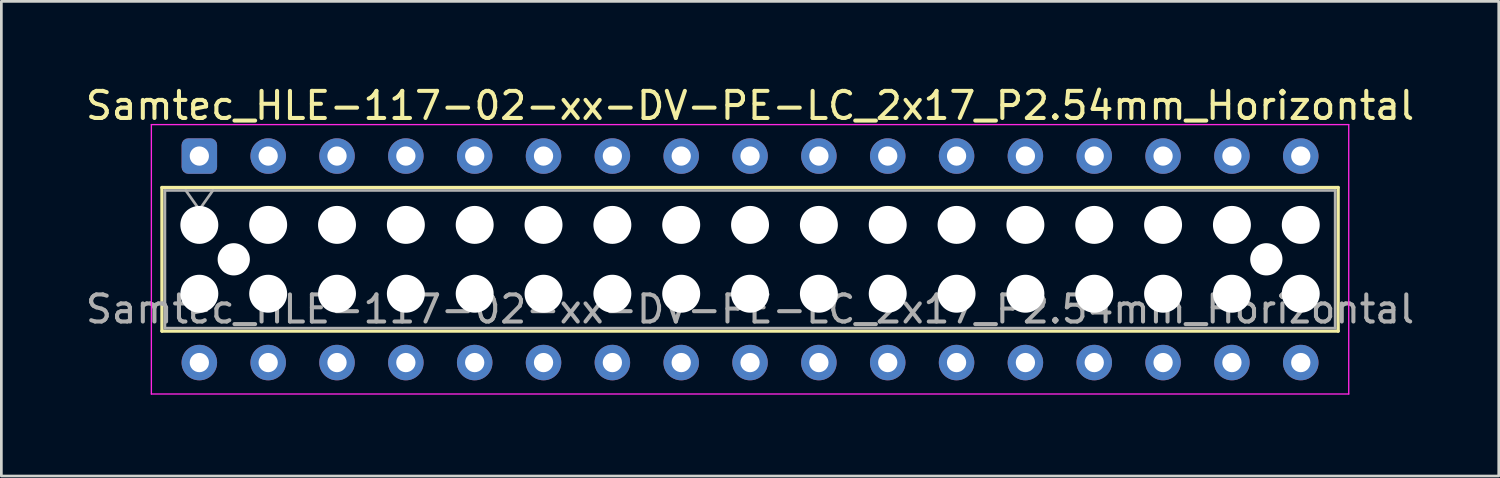
<source format=kicad_pcb>
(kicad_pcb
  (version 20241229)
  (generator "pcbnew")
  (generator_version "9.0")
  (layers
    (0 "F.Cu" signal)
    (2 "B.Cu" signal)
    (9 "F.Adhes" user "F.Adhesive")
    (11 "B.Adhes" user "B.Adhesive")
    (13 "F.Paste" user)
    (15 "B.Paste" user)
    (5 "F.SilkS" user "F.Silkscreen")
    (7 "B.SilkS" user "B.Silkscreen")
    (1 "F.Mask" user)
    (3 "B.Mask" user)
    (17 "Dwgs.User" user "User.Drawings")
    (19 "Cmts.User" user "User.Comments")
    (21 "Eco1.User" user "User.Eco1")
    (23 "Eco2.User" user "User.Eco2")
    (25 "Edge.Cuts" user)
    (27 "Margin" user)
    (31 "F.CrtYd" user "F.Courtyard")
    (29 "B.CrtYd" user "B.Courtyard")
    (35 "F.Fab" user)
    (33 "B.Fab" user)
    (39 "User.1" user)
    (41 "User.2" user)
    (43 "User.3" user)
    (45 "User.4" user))
  (footprint "Samtec_HLE-117-02-xx-DV-PE-LC_2x17_P2.54mm_Horizontal"
    (layer "F.Cu")
    (at 4.305 2.708)
    (property "Reference" "Samtec_HLE-117-02-xx-DV-PE-LC_2x17_P2.54mm_Horizontal" (at 20.32 -1.86 0) (layer "F.SilkS") (effects (font (size 1 1) (thickness 0.15))))
    (attr through_hole)
    (fp_line (start -1.38 1.16) (end 42.02 1.16) (stroke (width 0.12) (type solid)) (layer "F.SilkS"))
    (fp_line (start -1.38 6.46) (end -1.38 1.16) (stroke (width 0.12) (type solid)) (layer "F.SilkS"))
    (fp_line (start 42.02 1.16) (end 42.02 6.46) (stroke (width 0.12) (type solid)) (layer "F.SilkS"))
    (fp_line (start 42.02 6.46) (end -1.38 6.46) (stroke (width 0.12) (type solid)) (layer "F.SilkS"))
    (fp_line (start -1.77 -1.16) (end 42.41 -1.16) (stroke (width 0.05) (type solid)) (layer "F.CrtYd"))
    (fp_line (start -1.77 8.78) (end -1.77 -1.16) (stroke (width 0.05) (type solid)) (layer "F.CrtYd"))
    (fp_line (start 42.41 -1.16) (end 42.41 8.78) (stroke (width 0.05) (type solid)) (layer "F.CrtYd"))
    (fp_line (start 42.41 8.78) (end -1.77 8.78) (stroke (width 0.05) (type solid)) (layer "F.CrtYd"))
    (fp_line (start -1.27 1.27) (end 41.91 1.27) (stroke (width 0.1) (type solid)) (layer "F.Fab"))
    (fp_line (start -1.27 6.35) (end -1.27 1.27) (stroke (width 0.1) (type solid)) (layer "F.Fab"))
    (fp_line (start -0.5 1.27) (end 0 1.977) (stroke (width 0.1) (type solid)) (layer "F.Fab"))
    (fp_line (start 0 1.977) (end 0.5 1.27) (stroke (width 0.1) (type solid)) (layer "F.Fab"))
    (fp_line (start 41.91 1.27) (end 41.91 6.35) (stroke (width 0.1) (type solid)) (layer "F.Fab"))
    (fp_line (start 41.91 6.35) (end -1.27 6.35) (stroke (width 0.1) (type solid)) (layer "F.Fab"))
    (fp_text user "${REFERENCE}" (at 20.32 5.65 0) (layer "F.Fab") (effects (font (size 1 1) (thickness 0.15))))
    (pad "" np_thru_hole circle (at 0 2.54) (size 1.4 1.4) (drill 1.4) (layers "*.Cu" "*.Mask"))
    (pad "" np_thru_hole circle (at 0 5.08) (size 1.4 1.4) (drill 1.4) (layers "*.Cu" "*.Mask"))
    (pad "" np_thru_hole circle (at 1.27 3.81) (size 1.19 1.19) (drill 1.19) (layers "*.Cu" "*.Mask"))
    (pad "" np_thru_hole circle (at 2.54 2.54) (size 1.4 1.4) (drill 1.4) (layers "*.Cu" "*.Mask"))
    (pad "" np_thru_hole circle (at 2.54 5.08) (size 1.4 1.4) (drill 1.4) (layers "*.Cu" "*.Mask"))
    (pad "" np_thru_hole circle (at 5.08 2.54) (size 1.4 1.4) (drill 1.4) (layers "*.Cu" "*.Mask"))
    (pad "" np_thru_hole circle (at 5.08 5.08) (size 1.4 1.4) (drill 1.4) (layers "*.Cu" "*.Mask"))
    (pad "" np_thru_hole circle (at 7.62 2.54) (size 1.4 1.4) (drill 1.4) (layers "*.Cu" "*.Mask"))
    (pad "" np_thru_hole circle (at 7.62 5.08) (size 1.4 1.4) (drill 1.4) (layers "*.Cu" "*.Mask"))
    (pad "" np_thru_hole circle (at 10.16 2.54) (size 1.4 1.4) (drill 1.4) (layers "*.Cu" "*.Mask"))
    (pad "" np_thru_hole circle (at 10.16 5.08) (size 1.4 1.4) (drill 1.4) (layers "*.Cu" "*.Mask"))
    (pad "" np_thru_hole circle (at 12.7 2.54) (size 1.4 1.4) (drill 1.4) (layers "*.Cu" "*.Mask"))
    (pad "" np_thru_hole circle (at 12.7 5.08) (size 1.4 1.4) (drill 1.4) (layers "*.Cu" "*.Mask"))
    (pad "" np_thru_hole circle (at 15.24 2.54) (size 1.4 1.4) (drill 1.4) (layers "*.Cu" "*.Mask"))
    (pad "" np_thru_hole circle (at 15.24 5.08) (size 1.4 1.4) (drill 1.4) (layers "*.Cu" "*.Mask"))
    (pad "" np_thru_hole circle (at 17.78 2.54) (size 1.4 1.4) (drill 1.4) (layers "*.Cu" "*.Mask"))
    (pad "" np_thru_hole circle (at 17.78 5.08) (size 1.4 1.4) (drill 1.4) (layers "*.Cu" "*.Mask"))
    (pad "" np_thru_hole circle (at 20.32 2.54) (size 1.4 1.4) (drill 1.4) (layers "*.Cu" "*.Mask"))
    (pad "" np_thru_hole circle (at 20.32 5.08) (size 1.4 1.4) (drill 1.4) (layers "*.Cu" "*.Mask"))
    (pad "" np_thru_hole circle (at 22.86 2.54) (size 1.4 1.4) (drill 1.4) (layers "*.Cu" "*.Mask"))
    (pad "" np_thru_hole circle (at 22.86 5.08) (size 1.4 1.4) (drill 1.4) (layers "*.Cu" "*.Mask"))
    (pad "" np_thru_hole circle (at 25.4 2.54) (size 1.4 1.4) (drill 1.4) (layers "*.Cu" "*.Mask"))
    (pad "" np_thru_hole circle (at 25.4 5.08) (size 1.4 1.4) (drill 1.4) (layers "*.Cu" "*.Mask"))
    (pad "" np_thru_hole circle (at 27.94 2.54) (size 1.4 1.4) (drill 1.4) (layers "*.Cu" "*.Mask"))
    (pad "" np_thru_hole circle (at 27.94 5.08) (size 1.4 1.4) (drill 1.4) (layers "*.Cu" "*.Mask"))
    (pad "" np_thru_hole circle (at 30.48 2.54) (size 1.4 1.4) (drill 1.4) (layers "*.Cu" "*.Mask"))
    (pad "" np_thru_hole circle (at 30.48 5.08) (size 1.4 1.4) (drill 1.4) (layers "*.Cu" "*.Mask"))
    (pad "" np_thru_hole circle (at 33.02 2.54) (size 1.4 1.4) (drill 1.4) (layers "*.Cu" "*.Mask"))
    (pad "" np_thru_hole circle (at 33.02 5.08) (size 1.4 1.4) (drill 1.4) (layers "*.Cu" "*.Mask"))
    (pad "" np_thru_hole circle (at 35.56 2.54) (size 1.4 1.4) (drill 1.4) (layers "*.Cu" "*.Mask"))
    (pad "" np_thru_hole circle (at 35.56 5.08) (size 1.4 1.4) (drill 1.4) (layers "*.Cu" "*.Mask"))
    (pad "" np_thru_hole circle (at 38.1 2.54) (size 1.4 1.4) (drill 1.4) (layers "*.Cu" "*.Mask"))
    (pad "" np_thru_hole circle (at 38.1 5.08) (size 1.4 1.4) (drill 1.4) (layers "*.Cu" "*.Mask"))
    (pad "" np_thru_hole circle (at 39.37 3.81) (size 1.19 1.19) (drill 1.19) (layers "*.Cu" "*.Mask"))
    (pad "" np_thru_hole circle (at 40.64 2.54) (size 1.4 1.4) (drill 1.4) (layers "*.Cu" "*.Mask"))
    (pad "" np_thru_hole circle (at 40.64 5.08) (size 1.4 1.4) (drill 1.4) (layers "*.Cu" "*.Mask"))
    (pad "1" thru_hole roundrect (at 0 0) (size 1.31 1.31) (drill 0.71) (layers "*.Cu" "*.Mask") (roundrect_rratio 0.191))
    (pad "2" thru_hole circle (at 0 7.62) (size 1.31 1.31) (drill 0.71) (layers "*.Cu" "*.Mask"))
    (pad "3" thru_hole circle (at 2.54 0) (size 1.31 1.31) (drill 0.71) (layers "*.Cu" "*.Mask"))
    (pad "4" thru_hole circle (at 2.54 7.62) (size 1.31 1.31) (drill 0.71) (layers "*.Cu" "*.Mask"))
    (pad "5" thru_hole circle (at 5.08 0) (size 1.31 1.31) (drill 0.71) (layers "*.Cu" "*.Mask"))
    (pad "6" thru_hole circle (at 5.08 7.62) (size 1.31 1.31) (drill 0.71) (layers "*.Cu" "*.Mask"))
    (pad "7" thru_hole circle (at 7.62 0) (size 1.31 1.31) (drill 0.71) (layers "*.Cu" "*.Mask"))
    (pad "8" thru_hole circle (at 7.62 7.62) (size 1.31 1.31) (drill 0.71) (layers "*.Cu" "*.Mask"))
    (pad "9" thru_hole circle (at 10.16 0) (size 1.31 1.31) (drill 0.71) (layers "*.Cu" "*.Mask"))
    (pad "10" thru_hole circle (at 10.16 7.62) (size 1.31 1.31) (drill 0.71) (layers "*.Cu" "*.Mask"))
    (pad "11" thru_hole circle (at 12.7 0) (size 1.31 1.31) (drill 0.71) (layers "*.Cu" "*.Mask"))
    (pad "12" thru_hole circle (at 12.7 7.62) (size 1.31 1.31) (drill 0.71) (layers "*.Cu" "*.Mask"))
    (pad "13" thru_hole circle (at 15.24 0) (size 1.31 1.31) (drill 0.71) (layers "*.Cu" "*.Mask"))
    (pad "14" thru_hole circle (at 15.24 7.62) (size 1.31 1.31) (drill 0.71) (layers "*.Cu" "*.Mask"))
    (pad "15" thru_hole circle (at 17.78 0) (size 1.31 1.31) (drill 0.71) (layers "*.Cu" "*.Mask"))
    (pad "16" thru_hole circle (at 17.78 7.62) (size 1.31 1.31) (drill 0.71) (layers "*.Cu" "*.Mask"))
    (pad "17" thru_hole circle (at 20.32 0) (size 1.31 1.31) (drill 0.71) (layers "*.Cu" "*.Mask"))
    (pad "18" thru_hole circle (at 20.32 7.62) (size 1.31 1.31) (drill 0.71) (layers "*.Cu" "*.Mask"))
    (pad "19" thru_hole circle (at 22.86 0) (size 1.31 1.31) (drill 0.71) (layers "*.Cu" "*.Mask"))
    (pad "20" thru_hole circle (at 22.86 7.62) (size 1.31 1.31) (drill 0.71) (layers "*.Cu" "*.Mask"))
    (pad "21" thru_hole circle (at 25.4 0) (size 1.31 1.31) (drill 0.71) (layers "*.Cu" "*.Mask"))
    (pad "22" thru_hole circle (at 25.4 7.62) (size 1.31 1.31) (drill 0.71) (layers "*.Cu" "*.Mask"))
    (pad "23" thru_hole circle (at 27.94 0) (size 1.31 1.31) (drill 0.71) (layers "*.Cu" "*.Mask"))
    (pad "24" thru_hole circle (at 27.94 7.62) (size 1.31 1.31) (drill 0.71) (layers "*.Cu" "*.Mask"))
    (pad "25" thru_hole circle (at 30.48 0) (size 1.31 1.31) (drill 0.71) (layers "*.Cu" "*.Mask"))
    (pad "26" thru_hole circle (at 30.48 7.62) (size 1.31 1.31) (drill 0.71) (layers "*.Cu" "*.Mask"))
    (pad "27" thru_hole circle (at 33.02 0) (size 1.31 1.31) (drill 0.71) (layers "*.Cu" "*.Mask"))
    (pad "28" thru_hole circle (at 33.02 7.62) (size 1.31 1.31) (drill 0.71) (layers "*.Cu" "*.Mask"))
    (pad "29" thru_hole circle (at 35.56 0) (size 1.31 1.31) (drill 0.71) (layers "*.Cu" "*.Mask"))
    (pad "30" thru_hole circle (at 35.56 7.62) (size 1.31 1.31) (drill 0.71) (layers "*.Cu" "*.Mask"))
    (pad "31" thru_hole circle (at 38.1 0) (size 1.31 1.31) (drill 0.71) (layers "*.Cu" "*.Mask"))
    (pad "32" thru_hole circle (at 38.1 7.62) (size 1.31 1.31) (drill 0.71) (layers "*.Cu" "*.Mask"))
    (pad "33" thru_hole circle (at 40.64 0) (size 1.31 1.31) (drill 0.71) (layers "*.Cu" "*.Mask"))
    (pad "34" thru_hole circle (at 40.64 7.62) (size 1.31 1.31) (drill 0.71) (layers "*.Cu" "*.Mask")))
  (gr_rect
    (start -3 -3)
    (end 52.25 14.513)
    (stroke (width 0.1) (type default))
    (fill no)
    (layer "Edge.Cuts")))
</source>
